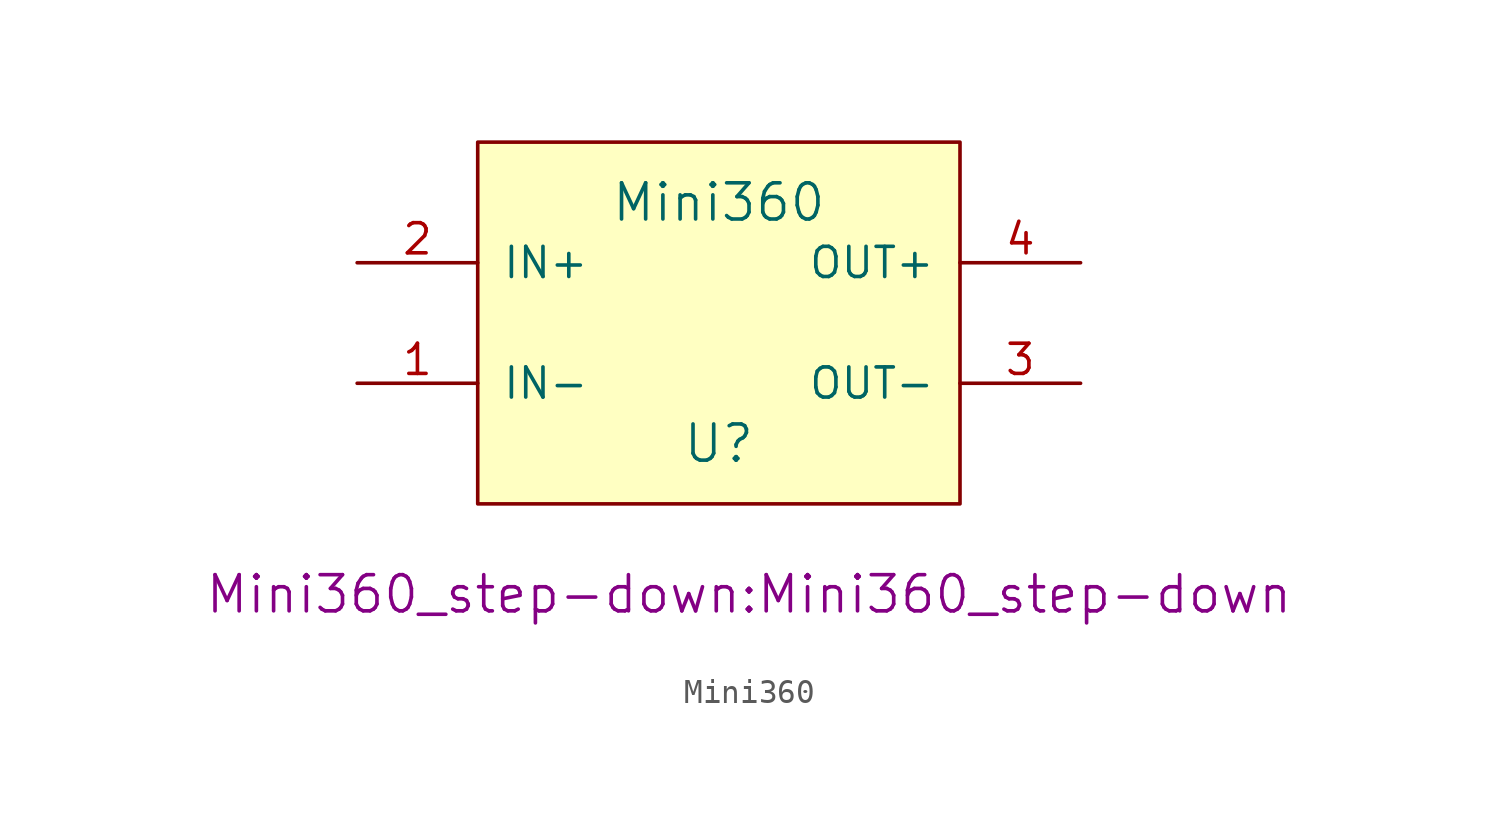
<source format=kicad_sym>
(kicad_symbol_lib
  (version 20231120)
  (generator "kicad_symbol_editor")
  (generator_version "8.0")
  (symbol "Mini360"
    (pin_names
      (offset 1.016))
    (property "Reference" "U"
      (at 0 -5.08 0)
      (effects (font (size 1.524 1.524))))
    (property "Value" "Mini360"
      (at 0 5.08 0)
      (effects (font (size 1.524 1.524))))
    (property "Footprint" "Mini360_step-down:Mini360_step-down"
      (at 1.27 -11.43 0)
      (effects (font (size 1.524 1.524))))
    (symbol "Mini360_0_1"
      (rectangle (start -10.16 7.62) (end 10.16 -7.62) (stroke (width 0) (type solid)) (fill (type background))))
    (symbol "Mini360_1_1"
      (pin power_in line (at -15.24 -2.54 0) (length 5.08) (name "IN-" (effects (font (size 1.27 1.27)))) (number "1" (effects (font (size 1.27 1.27)))))
      (pin power_in line (at -15.24 2.54 0) (length 5.08) (name "IN+" (effects (font (size 1.27 1.27)))) (number "2" (effects (font (size 1.27 1.27)))))
      (pin power_out line (at 15.24 -2.54 180) (length 5.08) (name "OUT-" (effects (font (size 1.27 1.27)))) (number "3" (effects (font (size 1.27 1.27)))))
      (pin power_out line (at 15.24 2.54 180) (length 5.08) (name "OUT+" (effects (font (size 1.27 1.27)))) (number "4" (effects (font (size 1.27 1.27))))))))
</source>
